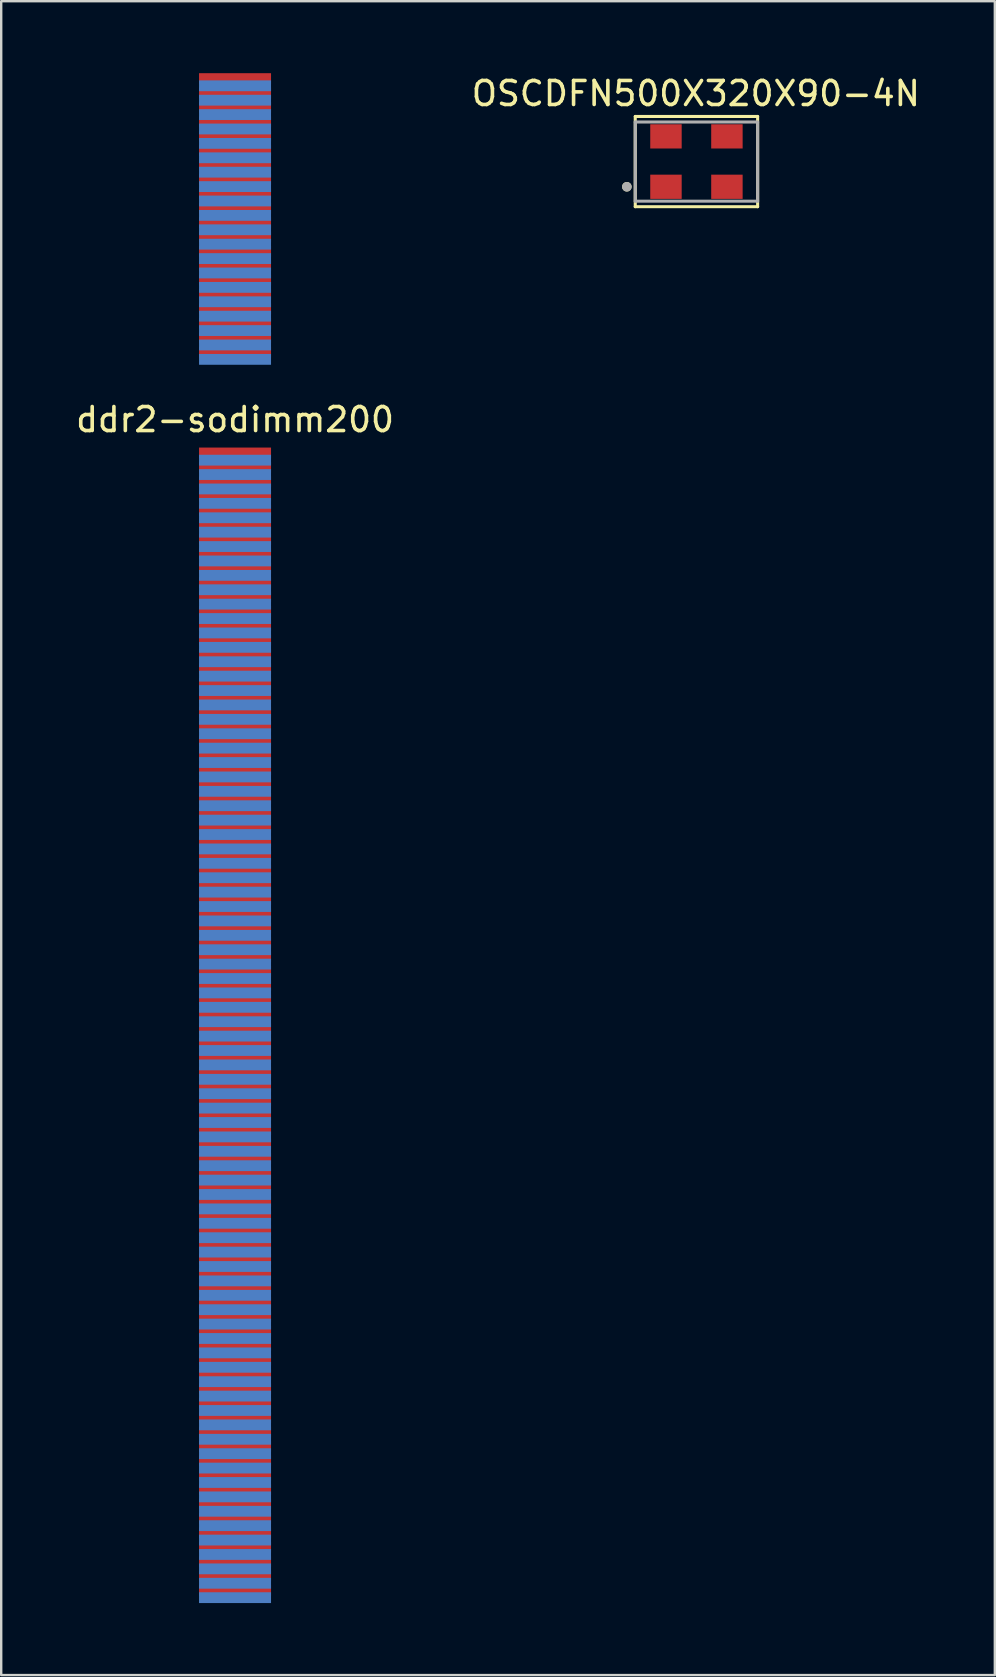
<source format=kicad_pcb>
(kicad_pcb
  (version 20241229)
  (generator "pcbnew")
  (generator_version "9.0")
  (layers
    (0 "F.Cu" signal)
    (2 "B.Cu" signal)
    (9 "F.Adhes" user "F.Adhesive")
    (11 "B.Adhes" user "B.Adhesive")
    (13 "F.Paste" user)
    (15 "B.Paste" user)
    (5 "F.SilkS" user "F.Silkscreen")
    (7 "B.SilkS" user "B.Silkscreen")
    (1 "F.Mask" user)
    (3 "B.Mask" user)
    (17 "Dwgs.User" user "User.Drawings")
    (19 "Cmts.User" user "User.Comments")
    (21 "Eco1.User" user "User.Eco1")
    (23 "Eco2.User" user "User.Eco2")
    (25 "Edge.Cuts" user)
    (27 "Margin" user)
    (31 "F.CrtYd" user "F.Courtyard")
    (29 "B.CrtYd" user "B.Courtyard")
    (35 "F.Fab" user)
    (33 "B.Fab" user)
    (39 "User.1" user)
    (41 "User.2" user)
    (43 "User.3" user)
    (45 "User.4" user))
  (footprint "ddr2-sodimm200"
    (layer "F.Cu")
    (at 6.744 13.935)
    (property "Reference" "ddr2-sodimm200" (at 0 0.5 0) (layer "F.SilkS") (effects (font (size 1 1) (thickness 0.15))))
    (attr through_hole)
    (pad "1" smd rect (at 0 -13.71) (size 3 0.45) (layers "F.Cu" "F.Mask" "F.Paste"))
    (pad "2" smd rect (at 0 -13.41) (size 3 0.45) (layers "B.Cu" "B.Mask" "B.Paste"))
    (pad "3" smd rect (at 0 -13.11) (size 3 0.45) (layers "F.Cu" "F.Mask" "F.Paste"))
    (pad "4" smd rect (at 0 -12.81) (size 3 0.45) (layers "B.Cu" "B.Mask" "B.Paste"))
    (pad "5" smd rect (at 0 -12.51) (size 3 0.45) (layers "F.Cu" "F.Mask" "F.Paste"))
    (pad "6" smd rect (at 0 -12.21) (size 3 0.45) (layers "B.Cu" "B.Mask" "B.Paste"))
    (pad "7" smd rect (at 0 -11.91) (size 3 0.45) (layers "F.Cu" "F.Mask" "F.Paste"))
    (pad "8" smd rect (at 0 -11.61) (size 3 0.45) (layers "B.Cu" "B.Mask" "B.Paste"))
    (pad "9" smd rect (at 0 -11.31) (size 3 0.45) (layers "F.Cu" "F.Mask" "F.Paste"))
    (pad "10" smd rect (at 0 -11.01) (size 3 0.45) (layers "B.Cu" "B.Mask" "B.Paste"))
    (pad "11" smd rect (at 0 -10.71) (size 3 0.45) (layers "F.Cu" "F.Mask" "F.Paste"))
    (pad "12" smd rect (at 0 -10.41) (size 3 0.45) (layers "B.Cu" "B.Mask" "B.Paste"))
    (pad "13" smd rect (at 0 -10.11) (size 3 0.45) (layers "F.Cu" "F.Mask" "F.Paste"))
    (pad "14" smd rect (at 0 -9.81) (size 3 0.45) (layers "B.Cu" "B.Mask" "B.Paste"))
    (pad "15" smd rect (at 0 -9.51) (size 3 0.45) (layers "F.Cu" "F.Mask" "F.Paste"))
    (pad "16" smd rect (at 0 -9.21) (size 3 0.45) (layers "B.Cu" "B.Mask" "B.Paste"))
    (pad "17" smd rect (at 0 -8.91) (size 3 0.45) (layers "F.Cu" "F.Mask" "F.Paste"))
    (pad "18" smd rect (at 0 -8.61) (size 3 0.45) (layers "B.Cu" "B.Mask" "B.Paste"))
    (pad "19" smd rect (at 0 -8.31) (size 3 0.45) (layers "F.Cu" "F.Mask" "F.Paste"))
    (pad "20" smd rect (at 0 -8.01) (size 3 0.45) (layers "B.Cu" "B.Mask" "B.Paste"))
    (pad "21" smd rect (at 0 -7.71) (size 3 0.45) (layers "F.Cu" "F.Mask" "F.Paste"))
    (pad "22" smd rect (at 0 -7.41) (size 3 0.45) (layers "B.Cu" "B.Mask" "B.Paste"))
    (pad "23" smd rect (at 0 -7.11) (size 3 0.45) (layers "F.Cu" "F.Mask" "F.Paste"))
    (pad "24" smd rect (at 0 -6.81) (size 3 0.45) (layers "B.Cu" "B.Mask" "B.Paste"))
    (pad "25" smd rect (at 0 -6.51) (size 3 0.45) (layers "F.Cu" "F.Mask" "F.Paste"))
    (pad "26" smd rect (at 0 -6.21) (size 3 0.45) (layers "B.Cu" "B.Mask" "B.Paste"))
    (pad "27" smd rect (at 0 -5.91) (size 3 0.45) (layers "F.Cu" "F.Mask" "F.Paste"))
    (pad "28" smd rect (at 0 -5.61) (size 3 0.45) (layers "B.Cu" "B.Mask" "B.Paste"))
    (pad "29" smd rect (at 0 -5.31) (size 3 0.45) (layers "F.Cu" "F.Mask" "F.Paste"))
    (pad "30" smd rect (at 0 -5.01) (size 3 0.45) (layers "B.Cu" "B.Mask" "B.Paste"))
    (pad "31" smd rect (at 0 -4.71) (size 3 0.45) (layers "F.Cu" "F.Mask" "F.Paste"))
    (pad "32" smd rect (at 0 -4.41) (size 3 0.45) (layers "B.Cu" "B.Mask" "B.Paste"))
    (pad "33" smd rect (at 0 -4.11) (size 3 0.45) (layers "F.Cu" "F.Mask" "F.Paste"))
    (pad "34" smd rect (at 0 -3.81) (size 3 0.45) (layers "B.Cu" "B.Mask" "B.Paste"))
    (pad "35" smd rect (at 0 -3.51) (size 3 0.45) (layers "F.Cu" "F.Mask" "F.Paste"))
    (pad "36" smd rect (at 0 -3.21) (size 3 0.45) (layers "B.Cu" "B.Mask" "B.Paste"))
    (pad "37" smd rect (at 0 -2.91) (size 3 0.45) (layers "F.Cu" "F.Mask" "F.Paste"))
    (pad "38" smd rect (at 0 -2.61) (size 3 0.45) (layers "B.Cu" "B.Mask" "B.Paste"))
    (pad "39" smd rect (at 0 -2.31) (size 3 0.45) (layers "F.Cu" "F.Mask" "F.Paste"))
    (pad "40" smd rect (at 0 -2.01) (size 3 0.45) (layers "B.Cu" "B.Mask" "B.Paste"))
    (pad "41" smd rect (at 0 1.89) (size 3 0.45) (layers "F.Cu" "F.Mask" "F.Paste"))
    (pad "42" smd rect (at 0 2.19) (size 3 0.45) (layers "B.Cu" "B.Mask" "B.Paste"))
    (pad "43" smd rect (at 0 2.49) (size 3 0.45) (layers "F.Cu" "F.Mask" "F.Paste"))
    (pad "44" smd rect (at 0 2.79) (size 3 0.45) (layers "B.Cu" "B.Mask" "B.Paste"))
    (pad "45" smd rect (at 0 3.09) (size 3 0.45) (layers "F.Cu" "F.Mask" "F.Paste"))
    (pad "46" smd rect (at 0 3.39) (size 3 0.45) (layers "B.Cu" "B.Mask" "B.Paste"))
    (pad "47" smd rect (at 0 3.69) (size 3 0.45) (layers "F.Cu" "F.Mask" "F.Paste"))
    (pad "48" smd rect (at 0 3.99) (size 3 0.45) (layers "B.Cu" "B.Mask" "B.Paste"))
    (pad "49" smd rect (at 0 4.29) (size 3 0.45) (layers "F.Cu" "F.Mask" "F.Paste"))
    (pad "50" smd rect (at 0 4.59) (size 3 0.45) (layers "B.Cu" "B.Mask" "B.Paste"))
    (pad "51" smd rect (at 0 4.89) (size 3 0.45) (layers "F.Cu" "F.Mask" "F.Paste"))
    (pad "52" smd rect (at 0 5.19) (size 3 0.45) (layers "B.Cu" "B.Mask" "B.Paste"))
    (pad "53" smd rect (at 0 5.49) (size 3 0.45) (layers "F.Cu" "F.Mask" "F.Paste"))
    (pad "54" smd rect (at 0 5.79) (size 3 0.45) (layers "B.Cu" "B.Mask" "B.Paste"))
    (pad "55" smd rect (at 0 6.09) (size 3 0.45) (layers "F.Cu" "F.Mask" "F.Paste"))
    (pad "56" smd rect (at 0 6.39) (size 3 0.45) (layers "B.Cu" "B.Mask" "B.Paste"))
    (pad "57" smd rect (at 0 6.69) (size 3 0.45) (layers "F.Cu" "F.Mask" "F.Paste"))
    (pad "58" smd rect (at 0 6.99) (size 3 0.45) (layers "B.Cu" "B.Mask" "B.Paste"))
    (pad "59" smd rect (at 0 7.29) (size 3 0.45) (layers "F.Cu" "F.Mask" "F.Paste"))
    (pad "60" smd rect (at 0 7.59) (size 3 0.45) (layers "B.Cu" "B.Mask" "B.Paste"))
    (pad "61" smd rect (at 0 7.89) (size 3 0.45) (layers "F.Cu" "F.Mask" "F.Paste"))
    (pad "62" smd rect (at 0 8.19) (size 3 0.45) (layers "B.Cu" "B.Mask" "B.Paste"))
    (pad "63" smd rect (at 0 8.49) (size 3 0.45) (layers "F.Cu" "F.Mask" "F.Paste"))
    (pad "64" smd rect (at 0 8.79) (size 3 0.45) (layers "B.Cu" "B.Mask" "B.Paste"))
    (pad "65" smd rect (at 0 9.09) (size 3 0.45) (layers "F.Cu" "F.Mask" "F.Paste"))
    (pad "66" smd rect (at 0 9.39) (size 3 0.45) (layers "B.Cu" "B.Mask" "B.Paste"))
    (pad "67" smd rect (at 0 9.69) (size 3 0.45) (layers "F.Cu" "F.Mask" "F.Paste"))
    (pad "68" smd rect (at 0 9.99) (size 3 0.45) (layers "B.Cu" "B.Mask" "B.Paste"))
    (pad "69" smd rect (at 0 10.29) (size 3 0.45) (layers "F.Cu" "F.Mask" "F.Paste"))
    (pad "70" smd rect (at 0 10.59) (size 3 0.45) (layers "B.Cu" "B.Mask" "B.Paste"))
    (pad "71" smd rect (at 0 10.89) (size 3 0.45) (layers "F.Cu" "F.Mask" "F.Paste"))
    (pad "72" smd rect (at 0 11.19) (size 3 0.45) (layers "B.Cu" "B.Mask" "B.Paste"))
    (pad "73" smd rect (at 0 11.49) (size 3 0.45) (layers "F.Cu" "F.Mask" "F.Paste"))
    (pad "74" smd rect (at 0 11.79) (size 3 0.45) (layers "B.Cu" "B.Mask" "B.Paste"))
    (pad "75" smd rect (at 0 12.09) (size 3 0.45) (layers "F.Cu" "F.Mask" "F.Paste"))
    (pad "76" smd rect (at 0 12.39) (size 3 0.45) (layers "B.Cu" "B.Mask" "B.Paste"))
    (pad "77" smd rect (at 0 12.69) (size 3 0.45) (layers "F.Cu" "F.Mask" "F.Paste"))
    (pad "78" smd rect (at 0 12.99) (size 3 0.45) (layers "B.Cu" "B.Mask" "B.Paste"))
    (pad "79" smd rect (at 0 13.29) (size 3 0.45) (layers "F.Cu" "F.Mask" "F.Paste"))
    (pad "80" smd rect (at 0 13.59) (size 3 0.45) (layers "B.Cu" "B.Mask" "B.Paste"))
    (pad "81" smd rect (at 0 13.89) (size 3 0.45) (layers "F.Cu" "F.Mask" "F.Paste"))
    (pad "82" smd rect (at 0 14.19) (size 3 0.45) (layers "B.Cu" "B.Mask" "B.Paste"))
    (pad "83" smd rect (at 0 14.49) (size 3 0.45) (layers "F.Cu" "F.Mask" "F.Paste"))
    (pad "84" smd rect (at 0 14.79) (size 3 0.45) (layers "B.Cu" "B.Mask" "B.Paste"))
    (pad "85" smd rect (at 0 15.09) (size 3 0.45) (layers "F.Cu" "F.Mask" "F.Paste"))
    (pad "86" smd rect (at 0 15.39) (size 3 0.45) (layers "B.Cu" "B.Mask" "B.Paste"))
    (pad "87" smd rect (at 0 15.69) (size 3 0.45) (layers "F.Cu" "F.Mask" "F.Paste"))
    (pad "88" smd rect (at 0 15.99) (size 3 0.45) (layers "B.Cu" "B.Mask" "B.Paste"))
    (pad "89" smd rect (at 0 16.29) (size 3 0.45) (layers "F.Cu" "F.Mask" "F.Paste"))
    (pad "90" smd rect (at 0 16.59) (size 3 0.45) (layers "B.Cu" "B.Mask" "B.Paste"))
    (pad "91" smd rect (at 0 16.89) (size 3 0.45) (layers "F.Cu" "F.Mask" "F.Paste"))
    (pad "92" smd rect (at 0 17.19) (size 3 0.45) (layers "B.Cu" "B.Mask" "B.Paste"))
    (pad "93" smd rect (at 0 17.49) (size 3 0.45) (layers "F.Cu" "F.Mask" "F.Paste"))
    (pad "94" smd rect (at 0 17.79) (size 3 0.45) (layers "B.Cu" "B.Mask" "B.Paste"))
    (pad "95" smd rect (at 0 18.09) (size 3 0.45) (layers "F.Cu" "F.Mask" "F.Paste"))
    (pad "96" smd rect (at 0 18.39) (size 3 0.45) (layers "B.Cu" "B.Mask" "B.Paste"))
    (pad "97" smd rect (at 0 18.69) (size 3 0.45) (layers "F.Cu" "F.Mask" "F.Paste"))
    (pad "98" smd rect (at 0 18.99) (size 3 0.45) (layers "B.Cu" "B.Mask" "B.Paste"))
    (pad "99" smd rect (at 0 19.29) (size 3 0.45) (layers "F.Cu" "F.Mask" "F.Paste"))
    (pad "100" smd rect (at 0 19.59) (size 3 0.45) (layers "B.Cu" "B.Mask" "B.Paste"))
    (pad "101" smd rect (at 0 19.89) (size 3 0.45) (layers "F.Cu" "F.Mask" "F.Paste"))
    (pad "102" smd rect (at 0 20.19) (size 3 0.45) (layers "B.Cu" "B.Mask" "B.Paste"))
    (pad "103" smd rect (at 0 20.49) (size 3 0.45) (layers "F.Cu" "F.Mask" "F.Paste"))
    (pad "104" smd rect (at 0 20.79) (size 3 0.45) (layers "B.Cu" "B.Mask" "B.Paste"))
    (pad "105" smd rect (at 0 21.09) (size 3 0.45) (layers "F.Cu" "F.Mask" "F.Paste"))
    (pad "106" smd rect (at 0 21.39) (size 3 0.45) (layers "B.Cu" "B.Mask" "B.Paste"))
    (pad "107" smd rect (at 0 21.69) (size 3 0.45) (layers "F.Cu" "F.Mask" "F.Paste"))
    (pad "108" smd rect (at 0 21.99) (size 3 0.45) (layers "B.Cu" "B.Mask" "B.Paste"))
    (pad "109" smd rect (at 0 22.29) (size 3 0.45) (layers "F.Cu" "F.Mask" "F.Paste"))
    (pad "110" smd rect (at 0 22.59) (size 3 0.45) (layers "B.Cu" "B.Mask" "B.Paste"))
    (pad "111" smd rect (at 0 22.89) (size 3 0.45) (layers "F.Cu" "F.Mask" "F.Paste"))
    (pad "112" smd rect (at 0 23.19) (size 3 0.45) (layers "B.Cu" "B.Mask" "B.Paste"))
    (pad "113" smd rect (at 0 23.49) (size 3 0.45) (layers "F.Cu" "F.Mask" "F.Paste"))
    (pad "114" smd rect (at 0 23.79) (size 3 0.45) (layers "B.Cu" "B.Mask" "B.Paste"))
    (pad "115" smd rect (at 0 24.09) (size 3 0.45) (layers "F.Cu" "F.Mask" "F.Paste"))
    (pad "116" smd rect (at 0 24.39) (size 3 0.45) (layers "B.Cu" "B.Mask" "B.Paste"))
    (pad "117" smd rect (at 0 24.69) (size 3 0.45) (layers "F.Cu" "F.Mask" "F.Paste"))
    (pad "118" smd rect (at 0 24.99) (size 3 0.45) (layers "B.Cu" "B.Mask" "B.Paste"))
    (pad "119" smd rect (at 0 25.29) (size 3 0.45) (layers "F.Cu" "F.Mask" "F.Paste"))
    (pad "120" smd rect (at 0 25.59) (size 3 0.45) (layers "B.Cu" "B.Mask" "B.Paste"))
    (pad "121" smd rect (at 0 25.89) (size 3 0.45) (layers "F.Cu" "F.Mask" "F.Paste"))
    (pad "122" smd rect (at 0 26.19) (size 3 0.45) (layers "B.Cu" "B.Mask" "B.Paste"))
    (pad "123" smd rect (at 0 26.49) (size 3 0.45) (layers "F.Cu" "F.Mask" "F.Paste"))
    (pad "124" smd rect (at 0 26.79) (size 3 0.45) (layers "B.Cu" "B.Mask" "B.Paste"))
    (pad "125" smd rect (at 0 27.09) (size 3 0.45) (layers "F.Cu" "F.Mask" "F.Paste"))
    (pad "126" smd rect (at 0 27.39) (size 3 0.45) (layers "B.Cu" "B.Mask" "B.Paste"))
    (pad "127" smd rect (at 0 27.69) (size 3 0.45) (layers "F.Cu" "F.Mask" "F.Paste"))
    (pad "128" smd rect (at 0 27.99) (size 3 0.45) (layers "B.Cu" "B.Mask" "B.Paste"))
    (pad "129" smd rect (at 0 28.29) (size 3 0.45) (layers "F.Cu" "F.Mask" "F.Paste"))
    (pad "130" smd rect (at 0 28.59) (size 3 0.45) (layers "B.Cu" "B.Mask" "B.Paste"))
    (pad "131" smd rect (at 0 28.89) (size 3 0.45) (layers "F.Cu" "F.Mask" "F.Paste"))
    (pad "132" smd rect (at 0 29.19) (size 3 0.45) (layers "B.Cu" "B.Mask" "B.Paste"))
    (pad "133" smd rect (at 0 29.49) (size 3 0.45) (layers "F.Cu" "F.Mask" "F.Paste"))
    (pad "134" smd rect (at 0 29.79) (size 3 0.45) (layers "B.Cu" "B.Mask" "B.Paste"))
    (pad "135" smd rect (at 0 30.09) (size 3 0.45) (layers "F.Cu" "F.Mask" "F.Paste"))
    (pad "136" smd rect (at 0 30.39) (size 3 0.45) (layers "B.Cu" "B.Mask" "B.Paste"))
    (pad "137" smd rect (at 0 30.69) (size 3 0.45) (layers "F.Cu" "F.Mask" "F.Paste"))
    (pad "138" smd rect (at 0 30.99) (size 3 0.45) (layers "B.Cu" "B.Mask" "B.Paste"))
    (pad "139" smd rect (at 0 31.29) (size 3 0.45) (layers "F.Cu" "F.Mask" "F.Paste"))
    (pad "140" smd rect (at 0 31.59) (size 3 0.45) (layers "B.Cu" "B.Mask" "B.Paste"))
    (pad "141" smd rect (at 0 31.89) (size 3 0.45) (layers "F.Cu" "F.Mask" "F.Paste"))
    (pad "142" smd rect (at 0 32.19) (size 3 0.45) (layers "B.Cu" "B.Mask" "B.Paste"))
    (pad "143" smd rect (at 0 32.49) (size 3 0.45) (layers "F.Cu" "F.Mask" "F.Paste"))
    (pad "144" smd rect (at 0 32.79) (size 3 0.45) (layers "B.Cu" "B.Mask" "B.Paste"))
    (pad "145" smd rect (at 0 33.09) (size 3 0.45) (layers "F.Cu" "F.Mask" "F.Paste"))
    (pad "146" smd rect (at 0 33.39) (size 3 0.45) (layers "B.Cu" "B.Mask" "B.Paste"))
    (pad "147" smd rect (at 0 33.69) (size 3 0.45) (layers "F.Cu" "F.Mask" "F.Paste"))
    (pad "148" smd rect (at 0 33.99) (size 3 0.45) (layers "B.Cu" "B.Mask" "B.Paste"))
    (pad "149" smd rect (at 0 34.29) (size 3 0.45) (layers "F.Cu" "F.Mask" "F.Paste"))
    (pad "150" smd rect (at 0 34.59) (size 3 0.45) (layers "B.Cu" "B.Mask" "B.Paste"))
    (pad "151" smd rect (at 0 34.89) (size 3 0.45) (layers "F.Cu" "F.Mask" "F.Paste"))
    (pad "152" smd rect (at 0 35.19) (size 3 0.45) (layers "B.Cu" "B.Mask" "B.Paste"))
    (pad "153" smd rect (at 0 35.49) (size 3 0.45) (layers "F.Cu" "F.Mask" "F.Paste"))
    (pad "154" smd rect (at 0 35.79) (size 3 0.45) (layers "B.Cu" "B.Mask" "B.Paste"))
    (pad "155" smd rect (at 0 36.09) (size 3 0.45) (layers "F.Cu" "F.Mask" "F.Paste"))
    (pad "156" smd rect (at 0 36.39) (size 3 0.45) (layers "B.Cu" "B.Mask" "B.Paste"))
    (pad "157" smd rect (at 0 36.69) (size 3 0.45) (layers "F.Cu" "F.Mask" "F.Paste"))
    (pad "158" smd rect (at 0 36.99) (size 3 0.45) (layers "B.Cu" "B.Mask" "B.Paste"))
    (pad "159" smd rect (at 0 37.29) (size 3 0.45) (layers "F.Cu" "F.Mask" "F.Paste"))
    (pad "160" smd rect (at 0 37.59) (size 3 0.45) (layers "B.Cu" "B.Mask" "B.Paste"))
    (pad "161" smd rect (at 0 37.89) (size 3 0.45) (layers "F.Cu" "F.Mask" "F.Paste"))
    (pad "162" smd rect (at 0 38.19) (size 3 0.45) (layers "B.Cu" "B.Mask" "B.Paste"))
    (pad "163" smd rect (at 0 38.49) (size 3 0.45) (layers "F.Cu" "F.Mask" "F.Paste"))
    (pad "164" smd rect (at 0 38.79) (size 3 0.45) (layers "B.Cu" "B.Mask" "B.Paste"))
    (pad "165" smd rect (at 0 39.09) (size 3 0.45) (layers "F.Cu" "F.Mask" "F.Paste"))
    (pad "166" smd rect (at 0 39.39) (size 3 0.45) (layers "B.Cu" "B.Mask" "B.Paste"))
    (pad "167" smd rect (at 0 39.69) (size 3 0.45) (layers "F.Cu" "F.Mask" "F.Paste"))
    (pad "168" smd rect (at 0 39.99) (size 3 0.45) (layers "B.Cu" "B.Mask" "B.Paste"))
    (pad "169" smd rect (at 0 40.29) (size 3 0.45) (layers "F.Cu" "F.Mask" "F.Paste"))
    (pad "170" smd rect (at 0 40.59) (size 3 0.45) (layers "B.Cu" "B.Mask" "B.Paste"))
    (pad "171" smd rect (at 0 40.89) (size 3 0.45) (layers "F.Cu" "F.Mask" "F.Paste"))
    (pad "172" smd rect (at 0 41.19) (size 3 0.45) (layers "B.Cu" "B.Mask" "B.Paste"))
    (pad "173" smd rect (at 0 41.49) (size 3 0.45) (layers "F.Cu" "F.Mask" "F.Paste"))
    (pad "174" smd rect (at 0 41.79) (size 3 0.45) (layers "B.Cu" "B.Mask" "B.Paste"))
    (pad "175" smd rect (at 0 42.09) (size 3 0.45) (layers "F.Cu" "F.Mask" "F.Paste"))
    (pad "176" smd rect (at 0 42.39) (size 3 0.45) (layers "B.Cu" "B.Mask" "B.Paste"))
    (pad "177" smd rect (at 0 42.69) (size 3 0.45) (layers "F.Cu" "F.Mask" "F.Paste"))
    (pad "178" smd rect (at 0 42.99) (size 3 0.45) (layers "B.Cu" "B.Mask" "B.Paste"))
    (pad "179" smd rect (at 0 43.29) (size 3 0.45) (layers "F.Cu" "F.Mask" "F.Paste"))
    (pad "180" smd rect (at 0 43.59) (size 3 0.45) (layers "B.Cu" "B.Mask" "B.Paste"))
    (pad "181" smd rect (at 0 43.89) (size 3 0.45) (layers "F.Cu" "F.Mask" "F.Paste"))
    (pad "182" smd rect (at 0 44.19) (size 3 0.45) (layers "B.Cu" "B.Mask" "B.Paste"))
    (pad "183" smd rect (at 0 44.49) (size 3 0.45) (layers "F.Cu" "F.Mask" "F.Paste"))
    (pad "184" smd rect (at 0 44.79) (size 3 0.45) (layers "B.Cu" "B.Mask" "B.Paste"))
    (pad "185" smd rect (at 0 45.09) (size 3 0.45) (layers "F.Cu" "F.Mask" "F.Paste"))
    (pad "186" smd rect (at 0 45.39) (size 3 0.45) (layers "B.Cu" "B.Mask" "B.Paste"))
    (pad "187" smd rect (at 0 45.69) (size 3 0.45) (layers "F.Cu" "F.Mask" "F.Paste"))
    (pad "188" smd rect (at 0 45.99) (size 3 0.45) (layers "B.Cu" "B.Mask" "B.Paste"))
    (pad "189" smd rect (at 0 46.29) (size 3 0.45) (layers "F.Cu" "F.Mask" "F.Paste"))
    (pad "190" smd rect (at 0 46.59) (size 3 0.45) (layers "B.Cu" "B.Mask" "B.Paste"))
    (pad "191" smd rect (at 0 46.89) (size 3 0.45) (layers "F.Cu" "F.Mask" "F.Paste"))
    (pad "192" smd rect (at 0 47.19) (size 3 0.45) (layers "B.Cu" "B.Mask" "B.Paste"))
    (pad "193" smd rect (at 0 47.49) (size 3 0.45) (layers "F.Cu" "F.Mask" "F.Paste"))
    (pad "194" smd rect (at 0 47.79) (size 3 0.45) (layers "B.Cu" "B.Mask" "B.Paste"))
    (pad "195" smd rect (at 0 48.09) (size 3 0.45) (layers "F.Cu" "F.Mask" "F.Paste"))
    (pad "196" smd rect (at 0 48.39) (size 3 0.45) (layers "B.Cu" "B.Mask" "B.Paste"))
    (pad "197" smd rect (at 0 48.69) (size 3 0.45) (layers "F.Cu" "F.Mask" "F.Paste"))
    (pad "198" smd rect (at 0 48.99) (size 3 0.45) (layers "B.Cu" "B.Mask" "B.Paste"))
    (pad "199" smd rect (at 0 49.29) (size 3 0.45) (layers "F.Cu" "F.Mask" "F.Paste"))
    (pad "200" smd rect (at 0 49.59) (size 3 0.45) (layers "B.Cu" "B.Mask" "B.Paste")))
  (footprint "OSCDFN500X320X90-4N"
    (layer "F.Cu")
    (at 25.971 3.683)
    (property "Reference" "OSCDFN500X320X90-4N" (at -0.025 -2.835 0) (layer "F.SilkS") (effects (font (size 1 1) (thickness 0.15))))
    (attr through_hole)
    (fp_line (start -2.55 -1.88) (end -2.55 1.88) (stroke (width 0.127) (type solid)) (layer "F.SilkS"))
    (fp_line (start -2.55 1.88) (end 2.55 1.88) (stroke (width 0.127) (type solid)) (layer "F.SilkS"))
    (fp_line (start 2.55 -1.88) (end -2.55 -1.88) (stroke (width 0.127) (type solid)) (layer "F.SilkS"))
    (fp_line (start 2.55 1.88) (end 2.55 -1.88) (stroke (width 0.127) (type solid)) (layer "F.SilkS"))
    (fp_circle (center -2.9 1.05) (end -2.8 1.05) (stroke (width 0.2) (type solid)) (fill no) (layer "F.SilkS"))
    (fp_line (start -2.55 -1.65) (end 2.55 -1.65) (stroke (width 0.127) (type solid)) (layer "F.Fab"))
    (fp_line (start -2.55 1.65) (end -2.55 -1.65) (stroke (width 0.127) (type solid)) (layer "F.Fab"))
    (fp_line (start 2.55 -1.65) (end 2.55 1.65) (stroke (width 0.127) (type solid)) (layer "F.Fab"))
    (fp_line (start 2.55 1.65) (end -2.55 1.65) (stroke (width 0.127) (type solid)) (layer "F.Fab"))
    (fp_circle (center -2.9 1.05) (end -2.8 1.05) (stroke (width 0.2) (type solid)) (fill no) (layer "F.Fab"))
    (pad "1" smd rect (at -1.27 1.05) (size 1.31 1.01) (layers "F.Cu" "F.Mask" "F.Paste"))
    (pad "2" smd rect (at 1.27 1.05) (size 1.31 1.01) (layers "F.Cu" "F.Mask" "F.Paste"))
    (pad "3" smd rect (at 1.27 -1.05) (size 1.31 1.01) (layers "F.Cu" "F.Mask" "F.Paste"))
    (pad "4" smd rect (at -1.27 -1.05) (size 1.31 1.01) (layers "F.Cu" "F.Mask" "F.Paste")))
  (gr_rect
    (start -3 -3)
    (end 38.405 66.75)
    (stroke (width 0.1) (type default))
    (fill no)
    (layer "Edge.Cuts")))
</source>
